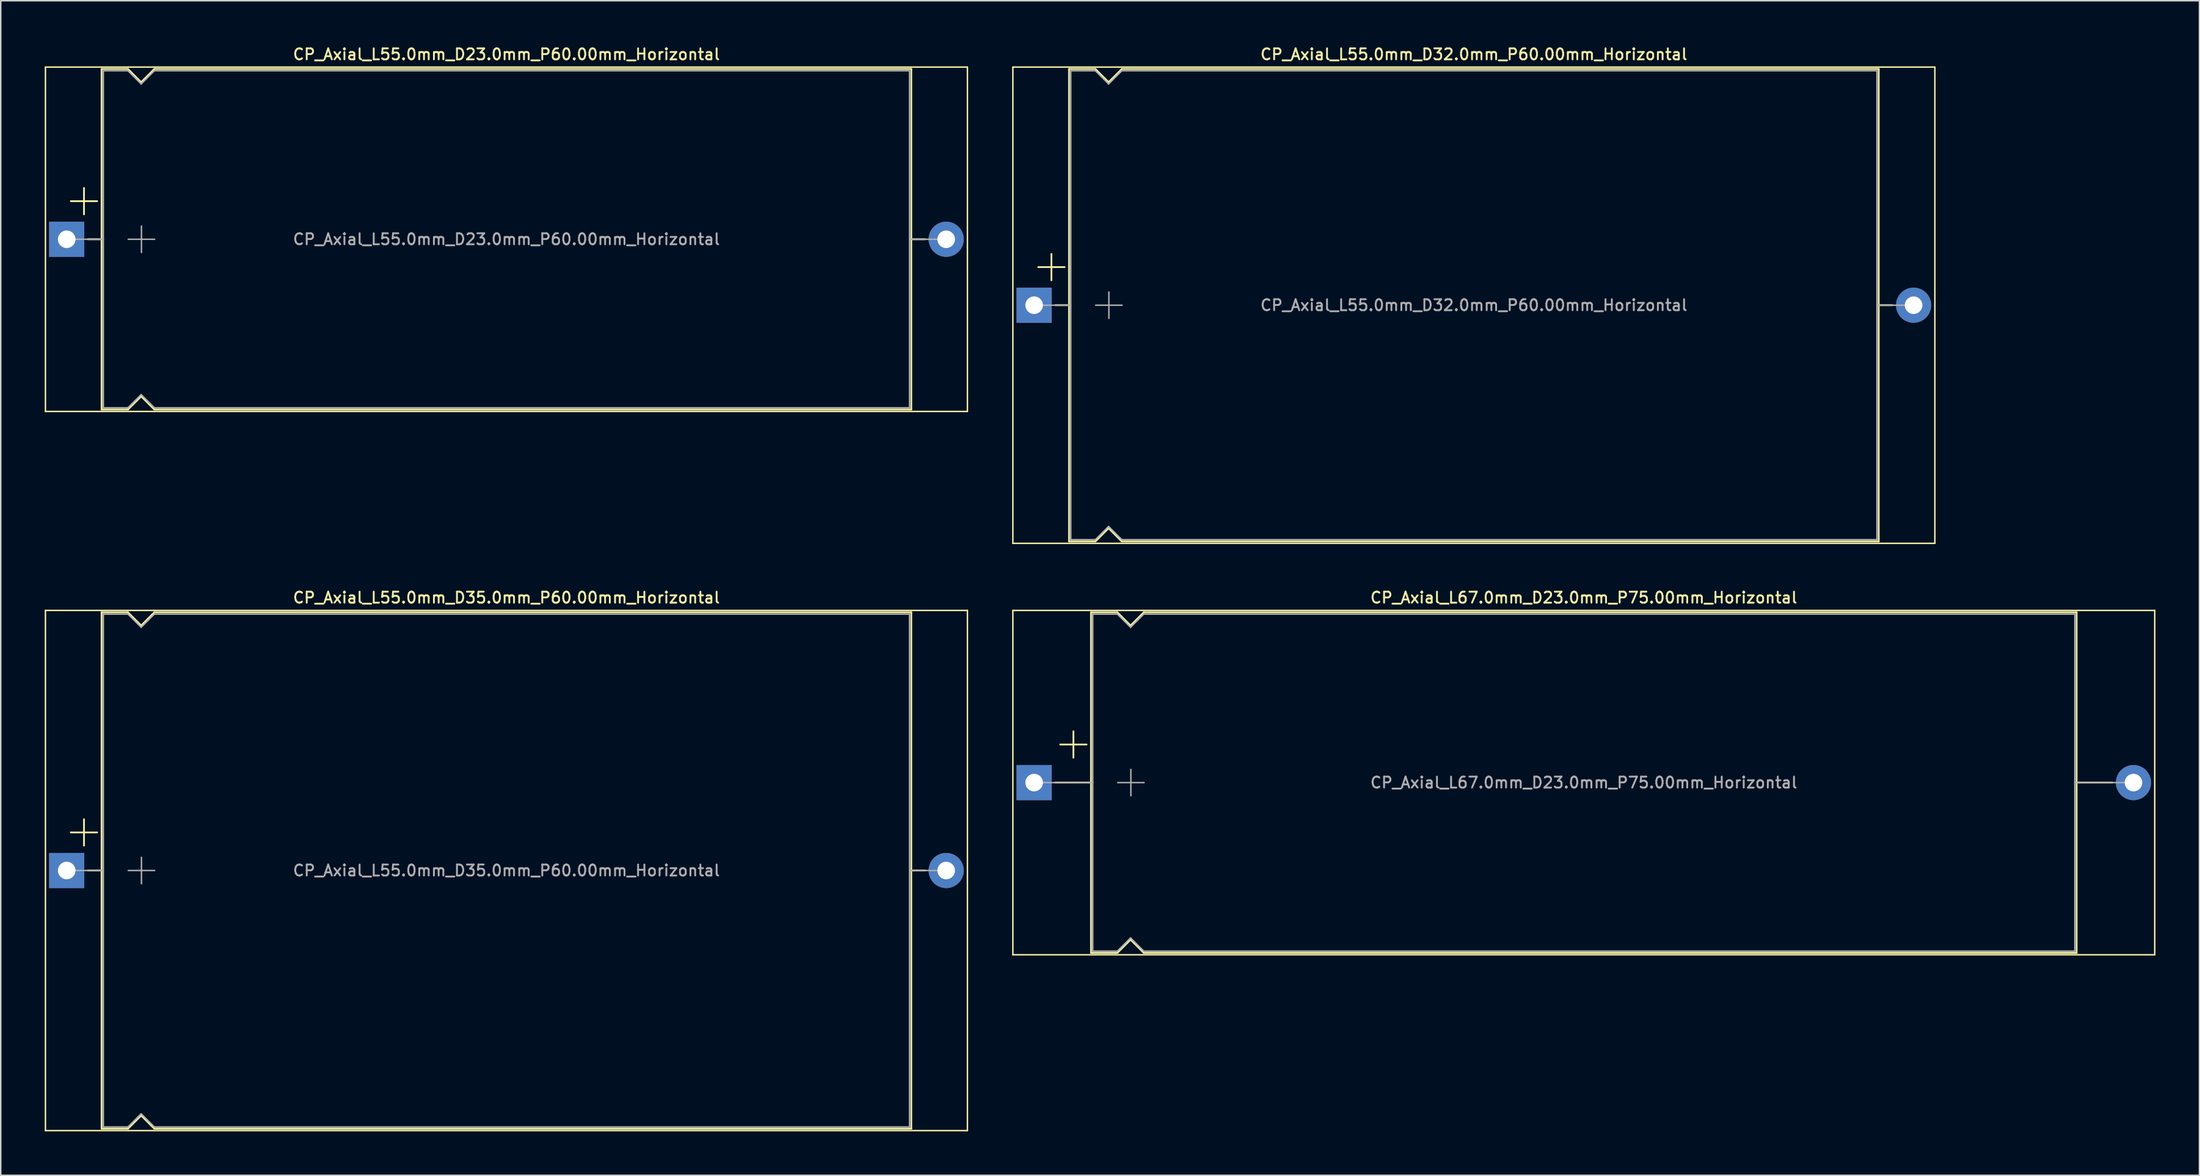
<source format=kicad_pcb>
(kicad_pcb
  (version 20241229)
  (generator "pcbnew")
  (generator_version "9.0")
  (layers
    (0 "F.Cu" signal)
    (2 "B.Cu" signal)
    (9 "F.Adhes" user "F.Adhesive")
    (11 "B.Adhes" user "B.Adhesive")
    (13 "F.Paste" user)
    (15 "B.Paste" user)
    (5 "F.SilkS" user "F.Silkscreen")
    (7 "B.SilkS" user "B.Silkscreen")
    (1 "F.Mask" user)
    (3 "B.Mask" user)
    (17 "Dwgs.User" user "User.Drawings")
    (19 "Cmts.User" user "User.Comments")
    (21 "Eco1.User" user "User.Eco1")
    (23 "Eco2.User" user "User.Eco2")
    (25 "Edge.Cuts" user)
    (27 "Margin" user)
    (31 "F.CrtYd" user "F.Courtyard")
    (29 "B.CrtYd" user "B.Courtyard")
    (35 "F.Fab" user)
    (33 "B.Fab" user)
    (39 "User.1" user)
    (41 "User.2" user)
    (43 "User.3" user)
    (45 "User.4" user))
  (footprint "CP_Axial_L55.0mm_D23.0mm_P60.00mm_Horizontal"
    (layer "F.Cu")
    (at 1.5 13.278)
    (property "Reference" "CP_Axial_L55.0mm_D23.0mm_P60.00mm_Horizontal" (at 30 -12.62 0) (layer "F.SilkS") (effects (font (size 0.75 0.75) (thickness 0.125))))
    (attr through_hole)
    (fp_line (start -1.45 -11.75) (end -1.45 11.75) (stroke (width 0.1) (type solid)) (layer "F.SilkS"))
    (fp_line (start -1.45 11.75) (end 61.45 11.75) (stroke (width 0.1) (type solid)) (layer "F.SilkS"))
    (fp_line (start 0.28 -2.6) (end 2.08 -2.6) (stroke (width 0.12) (type solid)) (layer "F.SilkS"))
    (fp_line (start 1.18 -3.5) (end 1.18 -1.7) (stroke (width 0.12) (type solid)) (layer "F.SilkS"))
    (fp_line (start 1.44 0) (end 2.38 0) (stroke (width 0.12) (type solid)) (layer "F.SilkS"))
    (fp_line (start 2.38 -11.62) (end 2.38 11.62) (stroke (width 0.12) (type solid)) (layer "F.SilkS"))
    (fp_line (start 2.38 -11.62) (end 4.18 -11.62) (stroke (width 0.12) (type solid)) (layer "F.SilkS"))
    (fp_line (start 2.38 11.62) (end 4.18 11.62) (stroke (width 0.12) (type solid)) (layer "F.SilkS"))
    (fp_line (start 4.18 -11.62) (end 5.08 -10.72) (stroke (width 0.12) (type solid)) (layer "F.SilkS"))
    (fp_line (start 4.18 11.62) (end 5.08 10.72) (stroke (width 0.12) (type solid)) (layer "F.SilkS"))
    (fp_line (start 5.08 -10.72) (end 5.98 -11.62) (stroke (width 0.12) (type solid)) (layer "F.SilkS"))
    (fp_line (start 5.08 10.72) (end 5.98 11.62) (stroke (width 0.12) (type solid)) (layer "F.SilkS"))
    (fp_line (start 5.98 -11.62) (end 57.62 -11.62) (stroke (width 0.12) (type solid)) (layer "F.SilkS"))
    (fp_line (start 5.98 11.62) (end 57.62 11.62) (stroke (width 0.12) (type solid)) (layer "F.SilkS"))
    (fp_line (start 57.62 -11.62) (end 57.62 11.62) (stroke (width 0.12) (type solid)) (layer "F.SilkS"))
    (fp_line (start 58.56 0) (end 57.62 0) (stroke (width 0.12) (type solid)) (layer "F.SilkS"))
    (fp_line (start 61.45 -11.75) (end -1.45 -11.75) (stroke (width 0.1) (type solid)) (layer "F.SilkS"))
    (fp_line (start 61.45 11.75) (end 61.45 -11.75) (stroke (width 0.1) (type solid)) (layer "F.SilkS"))
    (fp_line (start 0 0) (end 2.5 0) (stroke (width 0.1) (type solid)) (layer "F.Fab"))
    (fp_line (start 2.5 -11.5) (end 2.5 11.5) (stroke (width 0.1) (type solid)) (layer "F.Fab"))
    (fp_line (start 2.5 -11.5) (end 4.18 -11.5) (stroke (width 0.1) (type solid)) (layer "F.Fab"))
    (fp_line (start 2.5 11.5) (end 4.18 11.5) (stroke (width 0.1) (type solid)) (layer "F.Fab"))
    (fp_line (start 4.18 -11.5) (end 5.08 -10.6) (stroke (width 0.1) (type solid)) (layer "F.Fab"))
    (fp_line (start 4.18 11.5) (end 5.08 10.6) (stroke (width 0.1) (type solid)) (layer "F.Fab"))
    (fp_line (start 4.2 0) (end 6 0) (stroke (width 0.1) (type solid)) (layer "F.Fab"))
    (fp_line (start 5.08 -10.6) (end 5.98 -11.5) (stroke (width 0.1) (type solid)) (layer "F.Fab"))
    (fp_line (start 5.08 10.6) (end 5.98 11.5) (stroke (width 0.1) (type solid)) (layer "F.Fab"))
    (fp_line (start 5.1 -0.9) (end 5.1 0.9) (stroke (width 0.1) (type solid)) (layer "F.Fab"))
    (fp_line (start 5.98 -11.5) (end 57.5 -11.5) (stroke (width 0.1) (type solid)) (layer "F.Fab"))
    (fp_line (start 5.98 11.5) (end 57.5 11.5) (stroke (width 0.1) (type solid)) (layer "F.Fab"))
    (fp_line (start 57.5 -11.5) (end 57.5 11.5) (stroke (width 0.1) (type solid)) (layer "F.Fab"))
    (fp_line (start 60 0) (end 57.5 0) (stroke (width 0.1) (type solid)) (layer "F.Fab"))
    (fp_text user "${REFERENCE}" (at 30 0 0) (layer "F.Fab") (effects (font (size 0.75 0.75) (thickness 0.125))))
    (pad "1" thru_hole rect (at 0 0) (size 2.4 2.4) (drill 1.2) (layers "*.Cu" "*.Mask"))
    (pad "2" thru_hole oval (at 60 0) (size 2.4 2.4) (drill 1.2) (layers "*.Cu" "*.Mask")))
  (footprint "CP_Axial_L55.0mm_D32.0mm_P60.00mm_Horizontal"
    (layer "F.Cu")
    (at 67.5 17.778)
    (property "Reference" "CP_Axial_L55.0mm_D32.0mm_P60.00mm_Horizontal" (at 30 -17.12 0) (layer "F.SilkS") (effects (font (size 0.75 0.75) (thickness 0.125))))
    (attr through_hole)
    (fp_line (start -1.45 -16.25) (end -1.45 16.25) (stroke (width 0.1) (type solid)) (layer "F.SilkS"))
    (fp_line (start -1.45 16.25) (end 61.45 16.25) (stroke (width 0.1) (type solid)) (layer "F.SilkS"))
    (fp_line (start 0.28 -2.6) (end 2.08 -2.6) (stroke (width 0.12) (type solid)) (layer "F.SilkS"))
    (fp_line (start 1.18 -3.5) (end 1.18 -1.7) (stroke (width 0.12) (type solid)) (layer "F.SilkS"))
    (fp_line (start 1.44 0) (end 2.38 0) (stroke (width 0.12) (type solid)) (layer "F.SilkS"))
    (fp_line (start 2.38 -16.12) (end 2.38 16.12) (stroke (width 0.12) (type solid)) (layer "F.SilkS"))
    (fp_line (start 2.38 -16.12) (end 4.18 -16.12) (stroke (width 0.12) (type solid)) (layer "F.SilkS"))
    (fp_line (start 2.38 16.12) (end 4.18 16.12) (stroke (width 0.12) (type solid)) (layer "F.SilkS"))
    (fp_line (start 4.18 -16.12) (end 5.08 -15.22) (stroke (width 0.12) (type solid)) (layer "F.SilkS"))
    (fp_line (start 4.18 16.12) (end 5.08 15.22) (stroke (width 0.12) (type solid)) (layer "F.SilkS"))
    (fp_line (start 5.08 -15.22) (end 5.98 -16.12) (stroke (width 0.12) (type solid)) (layer "F.SilkS"))
    (fp_line (start 5.08 15.22) (end 5.98 16.12) (stroke (width 0.12) (type solid)) (layer "F.SilkS"))
    (fp_line (start 5.98 -16.12) (end 57.62 -16.12) (stroke (width 0.12) (type solid)) (layer "F.SilkS"))
    (fp_line (start 5.98 16.12) (end 57.62 16.12) (stroke (width 0.12) (type solid)) (layer "F.SilkS"))
    (fp_line (start 57.62 -16.12) (end 57.62 16.12) (stroke (width 0.12) (type solid)) (layer "F.SilkS"))
    (fp_line (start 58.56 0) (end 57.62 0) (stroke (width 0.12) (type solid)) (layer "F.SilkS"))
    (fp_line (start 61.45 -16.25) (end -1.45 -16.25) (stroke (width 0.1) (type solid)) (layer "F.SilkS"))
    (fp_line (start 61.45 16.25) (end 61.45 -16.25) (stroke (width 0.1) (type solid)) (layer "F.SilkS"))
    (fp_line (start 0 0) (end 2.5 0) (stroke (width 0.1) (type solid)) (layer "F.Fab"))
    (fp_line (start 2.5 -16) (end 2.5 16) (stroke (width 0.1) (type solid)) (layer "F.Fab"))
    (fp_line (start 2.5 -16) (end 4.18 -16) (stroke (width 0.1) (type solid)) (layer "F.Fab"))
    (fp_line (start 2.5 16) (end 4.18 16) (stroke (width 0.1) (type solid)) (layer "F.Fab"))
    (fp_line (start 4.18 -16) (end 5.08 -15.1) (stroke (width 0.1) (type solid)) (layer "F.Fab"))
    (fp_line (start 4.18 16) (end 5.08 15.1) (stroke (width 0.1) (type solid)) (layer "F.Fab"))
    (fp_line (start 4.2 0) (end 6 0) (stroke (width 0.1) (type solid)) (layer "F.Fab"))
    (fp_line (start 5.08 -15.1) (end 5.98 -16) (stroke (width 0.1) (type solid)) (layer "F.Fab"))
    (fp_line (start 5.08 15.1) (end 5.98 16) (stroke (width 0.1) (type solid)) (layer "F.Fab"))
    (fp_line (start 5.1 -0.9) (end 5.1 0.9) (stroke (width 0.1) (type solid)) (layer "F.Fab"))
    (fp_line (start 5.98 -16) (end 57.5 -16) (stroke (width 0.1) (type solid)) (layer "F.Fab"))
    (fp_line (start 5.98 16) (end 57.5 16) (stroke (width 0.1) (type solid)) (layer "F.Fab"))
    (fp_line (start 57.5 -16) (end 57.5 16) (stroke (width 0.1) (type solid)) (layer "F.Fab"))
    (fp_line (start 60 0) (end 57.5 0) (stroke (width 0.1) (type solid)) (layer "F.Fab"))
    (fp_text user "${REFERENCE}" (at 30 0 0) (layer "F.Fab") (effects (font (size 0.75 0.75) (thickness 0.125))))
    (pad "1" thru_hole rect (at 0 0) (size 2.4 2.4) (drill 1.2) (layers "*.Cu" "*.Mask"))
    (pad "2" thru_hole oval (at 60 0) (size 2.4 2.4) (drill 1.2) (layers "*.Cu" "*.Mask")))
  (footprint "CP_Axial_L55.0mm_D35.0mm_P60.00mm_Horizontal"
    (layer "F.Cu")
    (at 1.5 56.356)
    (property "Reference" "CP_Axial_L55.0mm_D35.0mm_P60.00mm_Horizontal" (at 30 -18.62 0) (layer "F.SilkS") (effects (font (size 0.75 0.75) (thickness 0.125))))
    (attr through_hole)
    (fp_line (start -1.45 -17.75) (end -1.45 17.75) (stroke (width 0.1) (type solid)) (layer "F.SilkS"))
    (fp_line (start -1.45 17.75) (end 61.45 17.75) (stroke (width 0.1) (type solid)) (layer "F.SilkS"))
    (fp_line (start 0.28 -2.6) (end 2.08 -2.6) (stroke (width 0.12) (type solid)) (layer "F.SilkS"))
    (fp_line (start 1.18 -3.5) (end 1.18 -1.7) (stroke (width 0.12) (type solid)) (layer "F.SilkS"))
    (fp_line (start 1.44 0) (end 2.38 0) (stroke (width 0.12) (type solid)) (layer "F.SilkS"))
    (fp_line (start 2.38 -17.62) (end 2.38 17.62) (stroke (width 0.12) (type solid)) (layer "F.SilkS"))
    (fp_line (start 2.38 -17.62) (end 4.18 -17.62) (stroke (width 0.12) (type solid)) (layer "F.SilkS"))
    (fp_line (start 2.38 17.62) (end 4.18 17.62) (stroke (width 0.12) (type solid)) (layer "F.SilkS"))
    (fp_line (start 4.18 -17.62) (end 5.08 -16.72) (stroke (width 0.12) (type solid)) (layer "F.SilkS"))
    (fp_line (start 4.18 17.62) (end 5.08 16.72) (stroke (width 0.12) (type solid)) (layer "F.SilkS"))
    (fp_line (start 5.08 -16.72) (end 5.98 -17.62) (stroke (width 0.12) (type solid)) (layer "F.SilkS"))
    (fp_line (start 5.08 16.72) (end 5.98 17.62) (stroke (width 0.12) (type solid)) (layer "F.SilkS"))
    (fp_line (start 5.98 -17.62) (end 57.62 -17.62) (stroke (width 0.12) (type solid)) (layer "F.SilkS"))
    (fp_line (start 5.98 17.62) (end 57.62 17.62) (stroke (width 0.12) (type solid)) (layer "F.SilkS"))
    (fp_line (start 57.62 -17.62) (end 57.62 17.62) (stroke (width 0.12) (type solid)) (layer "F.SilkS"))
    (fp_line (start 58.56 0) (end 57.62 0) (stroke (width 0.12) (type solid)) (layer "F.SilkS"))
    (fp_line (start 61.45 -17.75) (end -1.45 -17.75) (stroke (width 0.1) (type solid)) (layer "F.SilkS"))
    (fp_line (start 61.45 17.75) (end 61.45 -17.75) (stroke (width 0.1) (type solid)) (layer "F.SilkS"))
    (fp_line (start 0 0) (end 2.5 0) (stroke (width 0.1) (type solid)) (layer "F.Fab"))
    (fp_line (start 2.5 -17.5) (end 2.5 17.5) (stroke (width 0.1) (type solid)) (layer "F.Fab"))
    (fp_line (start 2.5 -17.5) (end 4.18 -17.5) (stroke (width 0.1) (type solid)) (layer "F.Fab"))
    (fp_line (start 2.5 17.5) (end 4.18 17.5) (stroke (width 0.1) (type solid)) (layer "F.Fab"))
    (fp_line (start 4.18 -17.5) (end 5.08 -16.6) (stroke (width 0.1) (type solid)) (layer "F.Fab"))
    (fp_line (start 4.18 17.5) (end 5.08 16.6) (stroke (width 0.1) (type solid)) (layer "F.Fab"))
    (fp_line (start 4.2 0) (end 6 0) (stroke (width 0.1) (type solid)) (layer "F.Fab"))
    (fp_line (start 5.08 -16.6) (end 5.98 -17.5) (stroke (width 0.1) (type solid)) (layer "F.Fab"))
    (fp_line (start 5.08 16.6) (end 5.98 17.5) (stroke (width 0.1) (type solid)) (layer "F.Fab"))
    (fp_line (start 5.1 -0.9) (end 5.1 0.9) (stroke (width 0.1) (type solid)) (layer "F.Fab"))
    (fp_line (start 5.98 -17.5) (end 57.5 -17.5) (stroke (width 0.1) (type solid)) (layer "F.Fab"))
    (fp_line (start 5.98 17.5) (end 57.5 17.5) (stroke (width 0.1) (type solid)) (layer "F.Fab"))
    (fp_line (start 57.5 -17.5) (end 57.5 17.5) (stroke (width 0.1) (type solid)) (layer "F.Fab"))
    (fp_line (start 60 0) (end 57.5 0) (stroke (width 0.1) (type solid)) (layer "F.Fab"))
    (fp_text user "${REFERENCE}" (at 30 0 0) (layer "F.Fab") (effects (font (size 0.75 0.75) (thickness 0.125))))
    (pad "1" thru_hole rect (at 0 0) (size 2.4 2.4) (drill 1.2) (layers "*.Cu" "*.Mask"))
    (pad "2" thru_hole oval (at 60 0) (size 2.4 2.4) (drill 1.2) (layers "*.Cu" "*.Mask")))
  (footprint "CP_Axial_L67.0mm_D23.0mm_P75.00mm_Horizontal"
    (layer "F.Cu")
    (at 67.5 50.356)
    (property "Reference" "CP_Axial_L67.0mm_D23.0mm_P75.00mm_Horizontal" (at 37.5 -12.62 0) (layer "F.SilkS") (effects (font (size 0.75 0.75) (thickness 0.125))))
    (attr through_hole)
    (fp_line (start -1.45 -11.75) (end -1.45 11.75) (stroke (width 0.1) (type solid)) (layer "F.SilkS"))
    (fp_line (start -1.45 11.75) (end 76.45 11.75) (stroke (width 0.1) (type solid)) (layer "F.SilkS"))
    (fp_line (start 1.44 0) (end 3.88 0) (stroke (width 0.12) (type solid)) (layer "F.SilkS"))
    (fp_line (start 1.78 -2.6) (end 3.58 -2.6) (stroke (width 0.12) (type solid)) (layer "F.SilkS"))
    (fp_line (start 2.68 -3.5) (end 2.68 -1.7) (stroke (width 0.12) (type solid)) (layer "F.SilkS"))
    (fp_line (start 3.88 -11.62) (end 3.88 11.62) (stroke (width 0.12) (type solid)) (layer "F.SilkS"))
    (fp_line (start 3.88 -11.62) (end 5.68 -11.62) (stroke (width 0.12) (type solid)) (layer "F.SilkS"))
    (fp_line (start 3.88 11.62) (end 5.68 11.62) (stroke (width 0.12) (type solid)) (layer "F.SilkS"))
    (fp_line (start 5.68 -11.62) (end 6.58 -10.72) (stroke (width 0.12) (type solid)) (layer "F.SilkS"))
    (fp_line (start 5.68 11.62) (end 6.58 10.72) (stroke (width 0.12) (type solid)) (layer "F.SilkS"))
    (fp_line (start 6.58 -10.72) (end 7.48 -11.62) (stroke (width 0.12) (type solid)) (layer "F.SilkS"))
    (fp_line (start 6.58 10.72) (end 7.48 11.62) (stroke (width 0.12) (type solid)) (layer "F.SilkS"))
    (fp_line (start 7.48 -11.62) (end 71.12 -11.62) (stroke (width 0.12) (type solid)) (layer "F.SilkS"))
    (fp_line (start 7.48 11.62) (end 71.12 11.62) (stroke (width 0.12) (type solid)) (layer "F.SilkS"))
    (fp_line (start 71.12 -11.62) (end 71.12 11.62) (stroke (width 0.12) (type solid)) (layer "F.SilkS"))
    (fp_line (start 73.56 0) (end 71.12 0) (stroke (width 0.12) (type solid)) (layer "F.SilkS"))
    (fp_line (start 76.45 -11.75) (end -1.45 -11.75) (stroke (width 0.1) (type solid)) (layer "F.SilkS"))
    (fp_line (start 76.45 11.75) (end 76.45 -11.75) (stroke (width 0.1) (type solid)) (layer "F.SilkS"))
    (fp_line (start 0 0) (end 4 0) (stroke (width 0.1) (type solid)) (layer "F.Fab"))
    (fp_line (start 4 -11.5) (end 4 11.5) (stroke (width 0.1) (type solid)) (layer "F.Fab"))
    (fp_line (start 4 -11.5) (end 5.68 -11.5) (stroke (width 0.1) (type solid)) (layer "F.Fab"))
    (fp_line (start 4 11.5) (end 5.68 11.5) (stroke (width 0.1) (type solid)) (layer "F.Fab"))
    (fp_line (start 5.68 -11.5) (end 6.58 -10.6) (stroke (width 0.1) (type solid)) (layer "F.Fab"))
    (fp_line (start 5.68 11.5) (end 6.58 10.6) (stroke (width 0.1) (type solid)) (layer "F.Fab"))
    (fp_line (start 5.7 0) (end 7.5 0) (stroke (width 0.1) (type solid)) (layer "F.Fab"))
    (fp_line (start 6.58 -10.6) (end 7.48 -11.5) (stroke (width 0.1) (type solid)) (layer "F.Fab"))
    (fp_line (start 6.58 10.6) (end 7.48 11.5) (stroke (width 0.1) (type solid)) (layer "F.Fab"))
    (fp_line (start 6.6 -0.9) (end 6.6 0.9) (stroke (width 0.1) (type solid)) (layer "F.Fab"))
    (fp_line (start 7.48 -11.5) (end 71 -11.5) (stroke (width 0.1) (type solid)) (layer "F.Fab"))
    (fp_line (start 7.48 11.5) (end 71 11.5) (stroke (width 0.1) (type solid)) (layer "F.Fab"))
    (fp_line (start 71 -11.5) (end 71 11.5) (stroke (width 0.1) (type solid)) (layer "F.Fab"))
    (fp_line (start 75 0) (end 71 0) (stroke (width 0.1) (type solid)) (layer "F.Fab"))
    (fp_text user "${REFERENCE}" (at 37.5 0 0) (layer "F.Fab") (effects (font (size 0.75 0.75) (thickness 0.125))))
    (pad "1" thru_hole rect (at 0 0) (size 2.4 2.4) (drill 1.2) (layers "*.Cu" "*.Mask"))
    (pad "2" thru_hole oval (at 75 0) (size 2.4 2.4) (drill 1.2) (layers "*.Cu" "*.Mask")))
  (gr_rect
    (start -3 -3)
    (end 147 77.156)
    (stroke (width 0.1) (type default))
    (fill no)
    (layer "Edge.Cuts")))
</source>
